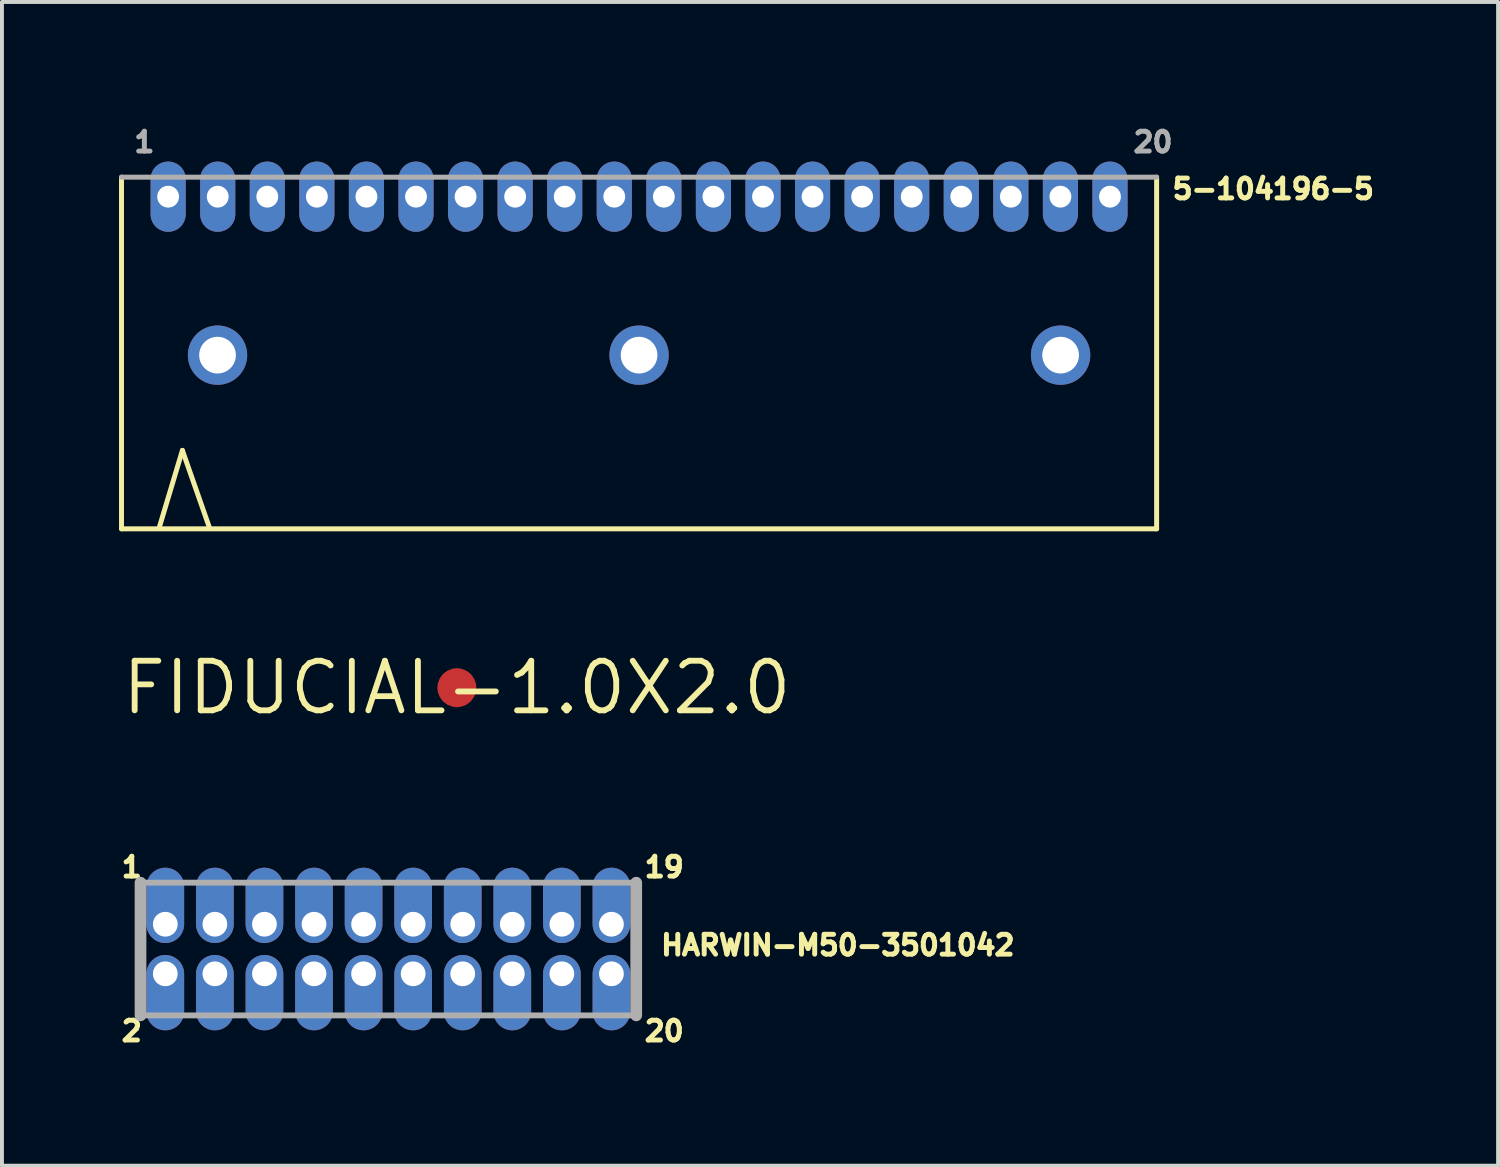
<source format=kicad_pcb>
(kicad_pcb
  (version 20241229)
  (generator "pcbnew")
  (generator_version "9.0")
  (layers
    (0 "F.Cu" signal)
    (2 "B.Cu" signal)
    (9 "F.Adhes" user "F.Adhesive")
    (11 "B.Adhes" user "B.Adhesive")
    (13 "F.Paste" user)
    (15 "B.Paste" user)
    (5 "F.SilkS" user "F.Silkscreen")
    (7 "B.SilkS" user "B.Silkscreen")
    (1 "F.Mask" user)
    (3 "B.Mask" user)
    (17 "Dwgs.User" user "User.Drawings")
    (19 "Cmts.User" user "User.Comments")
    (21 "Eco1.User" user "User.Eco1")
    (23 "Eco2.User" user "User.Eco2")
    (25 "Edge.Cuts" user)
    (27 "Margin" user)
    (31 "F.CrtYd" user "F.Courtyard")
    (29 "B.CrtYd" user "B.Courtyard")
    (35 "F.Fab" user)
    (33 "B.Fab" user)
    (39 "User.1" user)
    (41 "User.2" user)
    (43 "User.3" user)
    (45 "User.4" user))
  (footprint "5-104196-5"
    (layer "F.Cu")
    (at 13.323 1.989)
    (property "Reference" "5-104196-5" (at 13.6 0.1 0) (layer "F.SilkS") (effects (font (size 0.508 0.508) (thickness 0.127)) (justify left bottom)))
    (fp_line (start -13.26 -0.5) (end -13.26 8.51) (stroke (width 0.127) (type solid)) (layer "F.SilkS"))
    (fp_line (start -12.3 8.5) (end -11.7 6.5) (stroke (width 0.127) (type solid)) (layer "F.SilkS"))
    (fp_line (start -11.7 6.5) (end -11 8.5) (stroke (width 0.127) (type solid)) (layer "F.SilkS"))
    (fp_line (start 13.26 8.51) (end -13.26 8.51) (stroke (width 0.127) (type solid)) (layer "F.SilkS"))
    (fp_line (start 13.26 8.51) (end 13.26 -0.5) (stroke (width 0.127) (type solid)) (layer "F.SilkS"))
    (fp_line (start 13.26 -0.5) (end -13.26 -0.5) (stroke (width 0.127) (type solid)) (layer "F.Fab"))
    (fp_text user "20" (at 12.6 -1.1 0) (layer "F.Fab") (effects (font (size 0.508 0.508) (thickness 0.127)) (justify left bottom)))
    (fp_text user "1" (at -13 -1.1 0) (layer "F.Fab") (effects (font (size 0.508 0.508) (thickness 0.127)) (justify left bottom)))
    (pad "1" thru_hole oval (at -12.065 0 90) (size 1.8 0.9) (drill 0.56) (layers "*.Cu" "*.Mask"))
    (pad "2" thru_hole oval (at -10.795 0 90) (size 1.8 0.9) (drill 0.56) (layers "*.Cu" "*.Mask"))
    (pad "3" thru_hole oval (at -9.525 0 90) (size 1.8 0.9) (drill 0.56) (layers "*.Cu" "*.Mask"))
    (pad "4" thru_hole oval (at -8.255 0 90) (size 1.8 0.9) (drill 0.56) (layers "*.Cu" "*.Mask"))
    (pad "5" thru_hole oval (at -6.985 0 90) (size 1.8 0.9) (drill 0.56) (layers "*.Cu" "*.Mask"))
    (pad "6" thru_hole oval (at -5.715 0 90) (size 1.8 0.9) (drill 0.56) (layers "*.Cu" "*.Mask"))
    (pad "7" thru_hole oval (at -4.445 0 90) (size 1.8 0.9) (drill 0.56) (layers "*.Cu" "*.Mask"))
    (pad "8" thru_hole oval (at -3.175 0 90) (size 1.8 0.9) (drill 0.56) (layers "*.Cu" "*.Mask"))
    (pad "9" thru_hole oval (at -1.905 0 90) (size 1.8 0.9) (drill 0.56) (layers "*.Cu" "*.Mask"))
    (pad "10" thru_hole oval (at -0.635 0 90) (size 1.8 0.9) (drill 0.56) (layers "*.Cu" "*.Mask"))
    (pad "11" thru_hole oval (at 0.635 0 90) (size 1.8 0.9) (drill 0.56) (layers "*.Cu" "*.Mask"))
    (pad "12" thru_hole oval (at 1.905 0 90) (size 1.8 0.9) (drill 0.56) (layers "*.Cu" "*.Mask"))
    (pad "13" thru_hole oval (at 3.175 0 90) (size 1.8 0.9) (drill 0.56) (layers "*.Cu" "*.Mask"))
    (pad "14" thru_hole oval (at 4.445 0 90) (size 1.8 0.9) (drill 0.56) (layers "*.Cu" "*.Mask"))
    (pad "15" thru_hole oval (at 5.715 0 90) (size 1.8 0.9) (drill 0.56) (layers "*.Cu" "*.Mask"))
    (pad "16" thru_hole oval (at 6.985 0 90) (size 1.8 0.9) (drill 0.56) (layers "*.Cu" "*.Mask"))
    (pad "17" thru_hole oval (at 8.255 0 90) (size 1.8 0.9) (drill 0.56) (layers "*.Cu" "*.Mask"))
    (pad "18" thru_hole oval (at 9.525 0 90) (size 1.8 0.9) (drill 0.56) (layers "*.Cu" "*.Mask"))
    (pad "19" thru_hole oval (at 10.795 0 90) (size 1.8 0.9) (drill 0.56) (layers "*.Cu" "*.Mask"))
    (pad "20" thru_hole oval (at 12.065 0 90) (size 1.8 0.9) (drill 0.56) (layers "*.Cu" "*.Mask"))
    (pad "HD1" thru_hole circle (at -10.8 4.06) (size 1.52 1.52) (drill 0.94) (layers "*.Cu" "*.Mask"))
    (pad "HD2" thru_hole circle (at 0 4.06) (size 1.52 1.52) (drill 0.94) (layers "*.Cu" "*.Mask"))
    (pad "HD3" thru_hole circle (at 10.8 4.06) (size 1.52 1.52) (drill 0.94) (layers "*.Cu" "*.Mask")))
  (footprint "HARWIN-M50-3501042"
    (layer "F.Cu")
    (at 6.9 21.264)
    (property "Reference" "HARWIN-M50-3501042" (at 6.92 0.2 0) (layer "F.SilkS") (effects (font (size 0.508 0.508) (thickness 0.127)) (justify left bottom)))
    (fp_line (start -6.4 -1.7) (end -6.4 1.7) (stroke (width 0.15) (type solid)) (layer "F.SilkS"))
    (fp_line (start 6.4 -1.7) (end 6.4 1.7) (stroke (width 0.15) (type solid)) (layer "F.SilkS"))
    (fp_line (start -6.35 -1.7) (end 6.35 -1.7) (stroke (width 0.15) (type solid)) (layer "F.Fab"))
    (fp_line (start -6.35 1.7) (end -6.35 -1.7) (stroke (width 0.3) (type solid)) (layer "F.Fab"))
    (fp_line (start 6.35 -1.7) (end 6.35 1.7) (stroke (width 0.3) (type solid)) (layer "F.Fab"))
    (fp_line (start 6.35 1.7) (end -6.35 1.7) (stroke (width 0.15) (type solid)) (layer "F.Fab"))
    (fp_text user "20" (at 6.5 2.4 0) (layer "F.SilkS") (effects (font (size 0.508 0.508) (thickness 0.127)) (justify left bottom)))
    (fp_text user "19" (at 6.5 -1.8 0) (layer "F.SilkS") (effects (font (size 0.508 0.508) (thickness 0.127)) (justify left bottom)))
    (fp_text user "2" (at -6.9 2.4 0) (layer "F.SilkS") (effects (font (size 0.508 0.508) (thickness 0.127)) (justify left bottom)))
    (fp_text user "1" (at -6.9 -1.8 0) (layer "F.SilkS") (effects (font (size 0.508 0.508) (thickness 0.127)) (justify left bottom)))
    (pad "1" thru_hole oval (at -5.715 -0.635 90) (size 1.93 0.965) (drill 0.635 (offset 0.483 0)) (layers "*.Cu" "*.Mask"))
    (pad "2" thru_hole oval (at -5.715 0.635 270) (size 1.93 0.965) (drill 0.635 (offset 0.483 0)) (layers "*.Cu" "*.Mask"))
    (pad "3" thru_hole oval (at -4.445 -0.635 90) (size 1.93 0.965) (drill 0.635 (offset 0.483 0)) (layers "*.Cu" "*.Mask"))
    (pad "4" thru_hole oval (at -4.445 0.635 270) (size 1.93 0.965) (drill 0.635 (offset 0.483 0)) (layers "*.Cu" "*.Mask"))
    (pad "5" thru_hole oval (at -3.175 -0.635 90) (size 1.93 0.965) (drill 0.635 (offset 0.483 0)) (layers "*.Cu" "*.Mask"))
    (pad "6" thru_hole oval (at -3.175 0.635 270) (size 1.93 0.965) (drill 0.635 (offset 0.483 0)) (layers "*.Cu" "*.Mask"))
    (pad "7" thru_hole oval (at -1.905 -0.635 90) (size 1.93 0.965) (drill 0.635 (offset 0.483 0)) (layers "*.Cu" "*.Mask"))
    (pad "8" thru_hole oval (at -1.905 0.635 270) (size 1.93 0.965) (drill 0.635 (offset 0.483 0)) (layers "*.Cu" "*.Mask"))
    (pad "9" thru_hole oval (at -0.635 -0.635 90) (size 1.93 0.965) (drill 0.635 (offset 0.483 0)) (layers "*.Cu" "*.Mask"))
    (pad "10" thru_hole oval (at -0.635 0.635 270) (size 1.93 0.965) (drill 0.635 (offset 0.483 0)) (layers "*.Cu" "*.Mask"))
    (pad "11" thru_hole oval (at 0.635 -0.635 90) (size 1.93 0.965) (drill 0.635 (offset 0.483 0)) (layers "*.Cu" "*.Mask"))
    (pad "12" thru_hole oval (at 0.635 0.635 270) (size 1.93 0.965) (drill 0.635 (offset 0.483 0)) (layers "*.Cu" "*.Mask"))
    (pad "13" thru_hole oval (at 1.905 -0.635 90) (size 1.93 0.965) (drill 0.635 (offset 0.483 0)) (layers "*.Cu" "*.Mask"))
    (pad "14" thru_hole oval (at 1.905 0.635 270) (size 1.93 0.965) (drill 0.635 (offset 0.483 0)) (layers "*.Cu" "*.Mask"))
    (pad "15" thru_hole oval (at 3.175 -0.635 90) (size 1.93 0.965) (drill 0.635 (offset 0.483 0)) (layers "*.Cu" "*.Mask"))
    (pad "16" thru_hole oval (at 3.175 0.635 270) (size 1.93 0.965) (drill 0.635 (offset 0.483 0)) (layers "*.Cu" "*.Mask"))
    (pad "17" thru_hole oval (at 4.445 -0.635 90) (size 1.93 0.965) (drill 0.635 (offset 0.483 0)) (layers "*.Cu" "*.Mask"))
    (pad "18" thru_hole oval (at 4.445 0.635 270) (size 1.93 0.965) (drill 0.635 (offset 0.483 0)) (layers "*.Cu" "*.Mask"))
    (pad "19" thru_hole oval (at 5.715 -0.635 90) (size 1.93 0.965) (drill 0.635 (offset 0.483 0)) (layers "*.Cu" "*.Mask"))
    (pad "20" thru_hole oval (at 5.715 0.635 270) (size 1.93 0.965) (drill 0.635 (offset 0.483 0)) (layers "*.Cu" "*.Mask")))
  (footprint "FIDUCIAL-1.0X2.0"
    (layer "F.Cu")
    (at 8.655 14.569)
    (property "Reference" "FIDUCIAL-1.0X2.0" (at 0 0 0) (layer "F.SilkS") (effects (font (size 1.27 1.27) (thickness 0.15))))
    (fp_circle (center 0 0) (end 0.25 0) (stroke (width 0.5) (type solid)) (fill no) (layer "F.Mask"))
    (fp_circle (center 0 0) (end 0.5 0) (stroke (width 1) (type solid)) (fill no) (layer "F.Mask"))
    (pad "FIDUCIAL" smd roundrect (at 0 0) (size 1 1) (layers "F.Cu") (roundrect_rratio 0.5))
    (zone (net_name "") (layer "F.Cu") (hatch edge 0.508) (connect_pads) (min_thickness 0.254) (filled_areas_thickness no) (keepout (tracks not_allowed) (vias not_allowed) (pads not_allowed) (copperpour not_allowed) (footprints allowed)) (placement (enabled no)) (fill) (polygon (pts (xy 9.655 14.569) (xy 9.64 14.395) (xy 9.595 14.227) (xy 9.521 14.069) (xy 9.421 13.926) (xy 9.298 13.803) (xy 9.155 13.703) (xy 8.997 13.629) (xy 8.829 13.584) (xy 8.655 13.569) (xy 8.482 13.584) (xy 8.313 13.629) (xy 8.155 13.703) (xy 8.013 13.803) (xy 7.889 13.926) (xy 7.789 14.069) (xy 7.716 14.227) (xy 7.671 14.395) (xy 7.655 14.569) (xy 7.671 14.742) (xy 7.716 14.911) (xy 7.789 15.069) (xy 7.889 15.211) (xy 8.013 15.335) (xy 8.155 15.435) (xy 8.313 15.508) (xy 8.482 15.554) (xy 8.655 15.569) (xy 8.829 15.554) (xy 8.997 15.508) (xy 9.155 15.435) (xy 9.298 15.335) (xy 9.421 15.211) (xy 9.521 15.069) (xy 9.595 14.911) (xy 9.64 14.742))) (polygon (pts (xy 8.655 14.569)))))
  (gr_rect
    (start -3 -3)
    (end 35.331 26.815)
    (stroke (width 0.1) (type default))
    (fill no)
    (layer "Edge.Cuts")))
</source>
